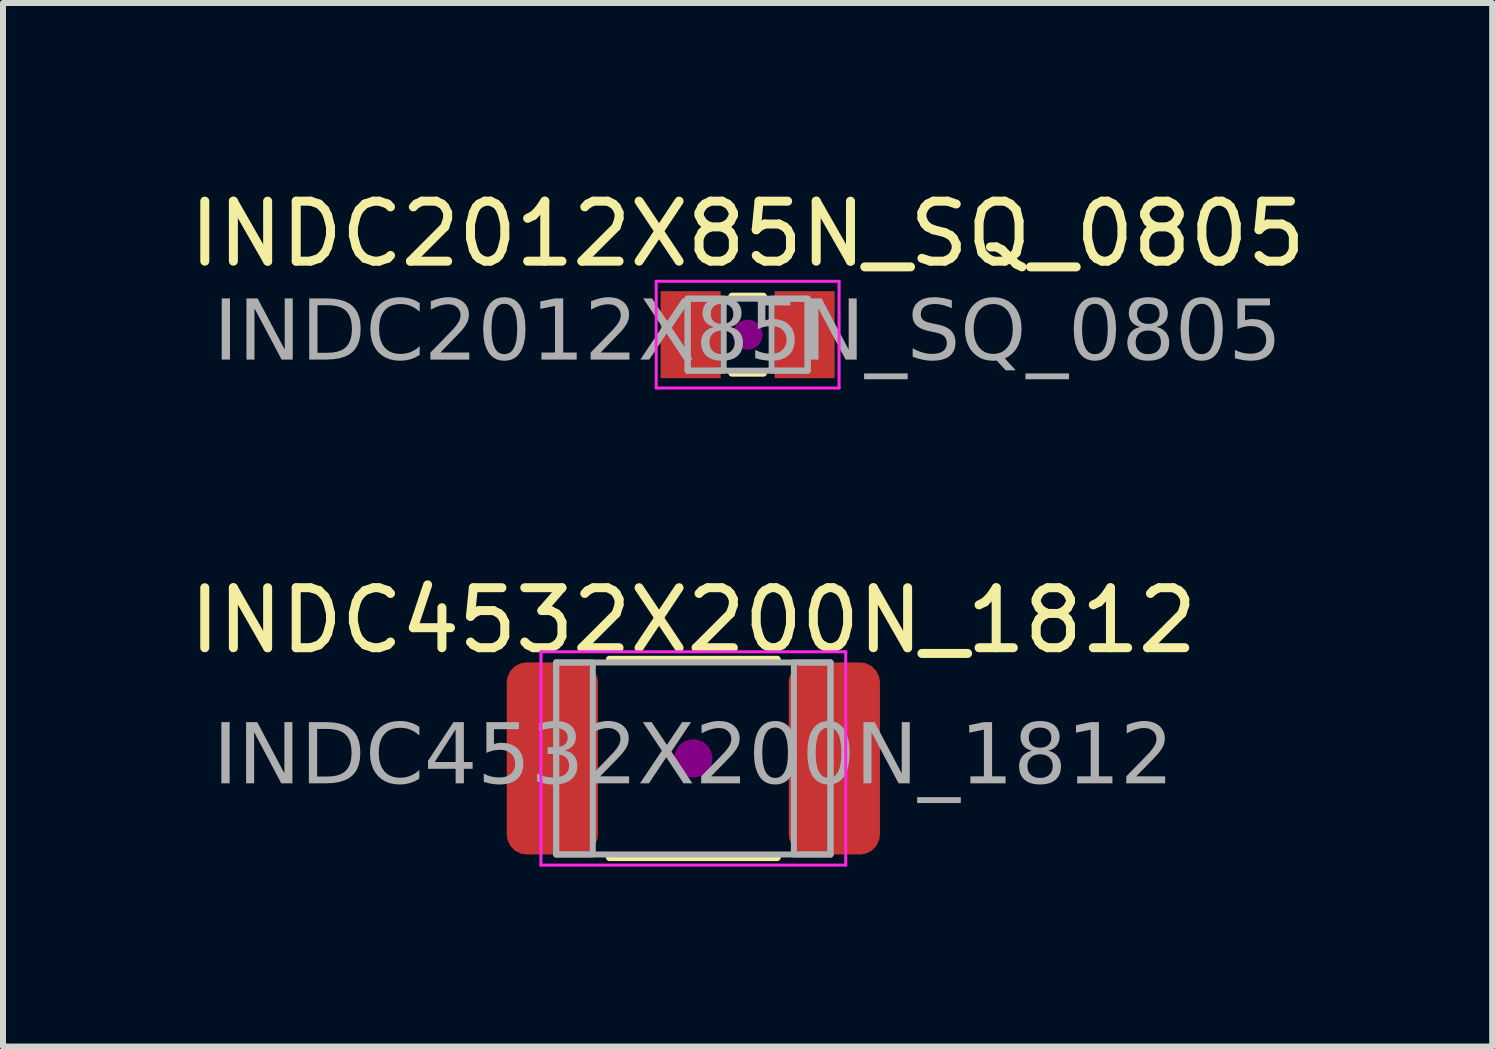
<source format=kicad_pcb>
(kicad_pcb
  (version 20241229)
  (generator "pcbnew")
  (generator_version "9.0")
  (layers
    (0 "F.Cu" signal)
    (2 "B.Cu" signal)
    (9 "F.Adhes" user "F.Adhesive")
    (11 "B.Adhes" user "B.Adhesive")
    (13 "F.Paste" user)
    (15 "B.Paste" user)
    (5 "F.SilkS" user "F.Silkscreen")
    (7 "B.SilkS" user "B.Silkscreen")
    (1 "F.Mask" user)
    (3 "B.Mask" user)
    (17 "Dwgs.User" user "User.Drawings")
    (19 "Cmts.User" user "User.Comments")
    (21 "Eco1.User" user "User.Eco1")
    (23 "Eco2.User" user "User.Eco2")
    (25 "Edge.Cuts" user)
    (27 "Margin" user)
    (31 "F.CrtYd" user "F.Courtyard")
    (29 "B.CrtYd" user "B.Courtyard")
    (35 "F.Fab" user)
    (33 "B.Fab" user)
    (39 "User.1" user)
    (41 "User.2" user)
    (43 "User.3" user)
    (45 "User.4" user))
  (footprint "INDC4532X200N_1812"
    (layer "F.Cu")
    (at 8.506 9.591)
    (property "Reference" "INDC4532X200N_1812" (at 0 -2.3 0) (layer "F.SilkS") (effects (font (size 1 1) (thickness 0.15))))
    (attr smd)
    (fp_line (start -1.397 -1.651) (end 1.397 -1.651) (stroke (width 0.12) (type solid)) (layer "F.SilkS"))
    (fp_line (start -1.397 1.651) (end 1.397 1.651) (stroke (width 0.12) (type solid)) (layer "F.SilkS"))
    (fp_circle (center 0 0) (end 0.318 0) (stroke (width 0) (type solid)) (fill yes) (layer "F.Adhes"))
    (fp_line (start -2.54 -1.778) (end 2.54 -1.778) (stroke (width 0.05) (type solid)) (layer "F.CrtYd"))
    (fp_line (start -2.54 1.778) (end -2.54 -1.778) (stroke (width 0.05) (type solid)) (layer "F.CrtYd"))
    (fp_line (start 2.54 -1.778) (end 2.54 1.778) (stroke (width 0.05) (type solid)) (layer "F.CrtYd"))
    (fp_line (start 2.54 1.778) (end -2.54 1.778) (stroke (width 0.05) (type solid)) (layer "F.CrtYd"))
    (fp_line (start -2.286 -1.6) (end 2.286 -1.6) (stroke (width 0.1) (type solid)) (layer "F.Fab"))
    (fp_line (start -2.286 1.6) (end -2.286 -1.6) (stroke (width 0.1) (type solid)) (layer "F.Fab"))
    (fp_line (start 2.286 -1.6) (end 2.286 1.6) (stroke (width 0.1) (type solid)) (layer "F.Fab"))
    (fp_line (start 2.286 1.6) (end -2.286 1.6) (stroke (width 0.1) (type solid)) (layer "F.Fab"))
    (fp_rect (start -2.286 -1.6) (end -1.676 1.6) (stroke (width 0.1) (type solid)) (fill no) (layer "F.Fab"))
    (fp_rect (start 1.676 -1.6) (end 2.286 1.6) (stroke (width 0.1) (type solid)) (fill no) (layer "F.Fab"))
    (fp_text user "${REFERENCE}" (at 0 0 0) (layer "F.Fab") (effects (font (face "Tahoma") (size 1 1) (thickness 0.15))))
    (pad "1" smd roundrect (at -2.35 0) (size 1.52 3.2) (layers "F.Cu" "F.Mask" "F.Paste") (roundrect_rratio 0.217))
    (pad "2" smd roundrect (at 2.35 0) (size 1.52 3.2) (layers "F.Cu" "F.Mask" "F.Paste") (roundrect_rratio 0.217)))
  (footprint "INDC2012X85N_SQ_0805"
    (layer "F.Cu")
    (at 9.411 2.528)
    (property "Reference" "INDC2012X85N_SQ_0805" (at 0 -1.68 0) (layer "F.SilkS") (effects (font (size 1 1) (thickness 0.15))))
    (attr smd)
    (fp_line (start -0.261 -0.64) (end 0.261 -0.64) (stroke (width 0.12) (type solid)) (layer "F.SilkS"))
    (fp_line (start -0.261 0.64) (end 0.261 0.64) (stroke (width 0.12) (type solid)) (layer "F.SilkS"))
    (fp_circle (center 0 0) (end 0.25 0) (stroke (width 0) (type solid)) (fill yes) (layer "F.Adhes"))
    (fp_line (start -1.524 -0.889) (end 1.524 -0.889) (stroke (width 0.05) (type solid)) (layer "F.CrtYd"))
    (fp_line (start -1.524 0.889) (end -1.524 -0.889) (stroke (width 0.05) (type solid)) (layer "F.CrtYd"))
    (fp_line (start 1.524 -0.889) (end 1.524 0.889) (stroke (width 0.05) (type solid)) (layer "F.CrtYd"))
    (fp_line (start 1.524 0.889) (end -1.524 0.889) (stroke (width 0.05) (type solid)) (layer "F.CrtYd"))
    (fp_line (start -1 -0.6) (end 1 -0.6) (stroke (width 0.1) (type solid)) (layer "F.Fab"))
    (fp_line (start -1 0.6) (end -1 -0.6) (stroke (width 0.1) (type solid)) (layer "F.Fab"))
    (fp_line (start 1 -0.6) (end 1 0.6) (stroke (width 0.1) (type solid)) (layer "F.Fab"))
    (fp_line (start 1 0.6) (end -1 0.6) (stroke (width 0.1) (type solid)) (layer "F.Fab"))
    (fp_rect (start -1 -0.6) (end -0.4 0.6) (stroke (width 0.1) (type solid)) (fill no) (layer "F.Fab"))
    (fp_rect (start 0.4 -0.6) (end 1 0.6) (stroke (width 0.1) (type solid)) (fill no) (layer "F.Fab"))
    (fp_text user "${REFERENCE}" (at 0 0 0) (layer "F.Fab") (effects (font (face "Tahoma") (size 1 1) (thickness 0.15))))
    (pad "1" smd rect (at -0.95 0) (size 1 1.45) (layers "F.Cu" "F.Mask" "F.Paste"))
    (pad "2" smd rect (at 0.95 0) (size 1 1.45) (layers "F.Cu" "F.Mask" "F.Paste")))
  (gr_rect
    (start -3 -3)
    (end 21.821 14.393)
    (stroke (width 0.1) (type default))
    (fill no)
    (layer "Edge.Cuts")))
</source>
